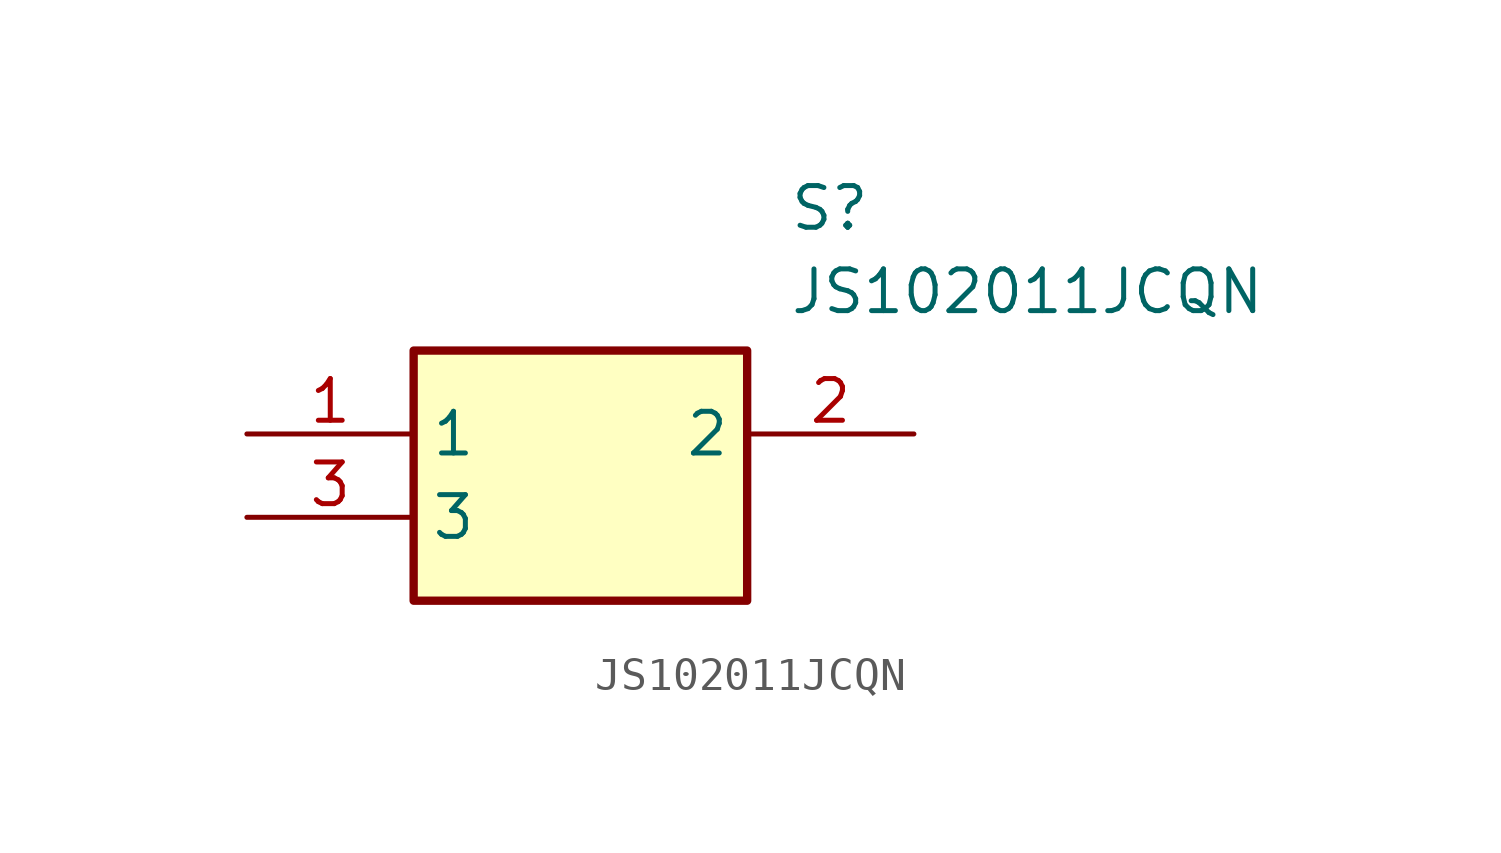
<source format=kicad_sym>
(kicad_symbol_lib
  (version 20211014)
  (generator SamacSys_ECAD_Model)
  (symbol "JS102011JCQN"
    (property "Reference" "S"
      (at 16.51 7.62 0)
      (effects (font (size 1.27 1.27)) (justify left top)))
    (property "Value" "JS102011JCQN"
      (at 16.51 5.08 0)
      (effects (font (size 1.27 1.27)) (justify left top)))
    (rectangle
      (start 5.08 2.54)
      (end 15.24 -5.08)
      (stroke (width 0.254) (type default))
      (fill (type background)))
    (pin passive line
      (at 0 0 0)
      (length 5.08)
      (name "1" (effects (font (size 1.27 1.27))))
      (number "1" (effects (font (size 1.27 1.27)))))
    (pin passive line
      (at 20.32 0 180)
      (length 5.08)
      (name "2" (effects (font (size 1.27 1.27))))
      (number "2" (effects (font (size 1.27 1.27)))))
    (pin passive line
      (at 0 -2.54 0)
      (length 5.08)
      (name "3" (effects (font (size 1.27 1.27))))
      (number "3" (effects (font (size 1.27 1.27)))))))
</source>
